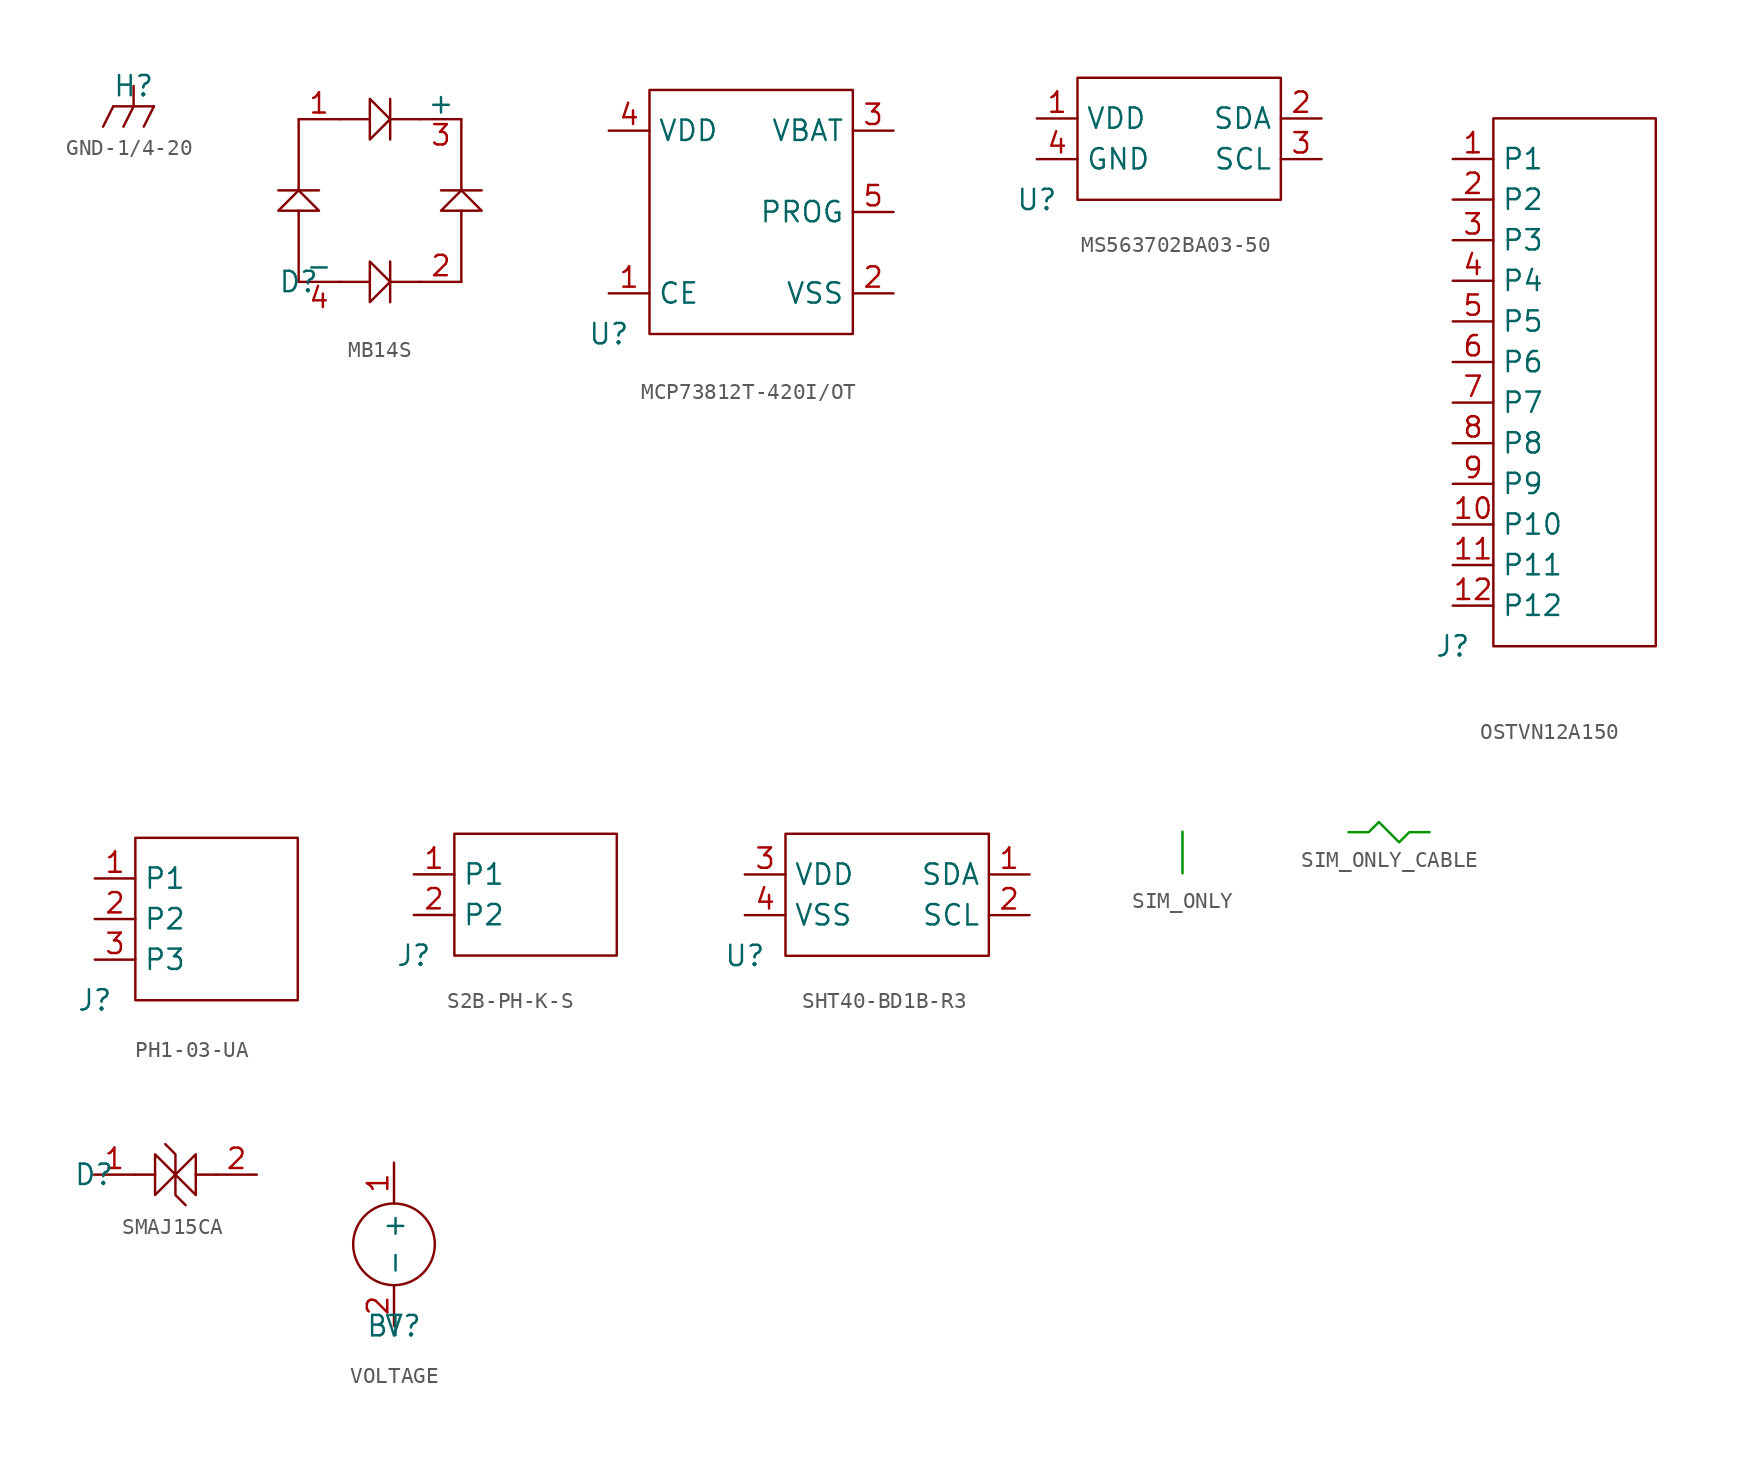
<source format=kicad_sym>
(kicad_symbol_lib
  (version 20220914)
  (generator kicad_symbol_editor)
  (symbol "GND-1/4-20"
    (pin_names
      (offset 0))
    (property "Reference" "H"
      (at 0 0 0)
      (effects (font (size 1.27 1.27))))
    (symbol "GND-1/4-20_0_1"
      (polyline (pts (xy -1.27 -1.27) (xy -1.905 -2.54)) (stroke (width 0) (type default)) (fill (type none)))
      (polyline (pts (xy -1.27 -1.27) (xy 1.27 -1.27)) (stroke (width 0) (type default)) (fill (type none)))
      (polyline (pts (xy 0 -1.27) (xy -0.635 -2.54)) (stroke (width 0) (type default)) (fill (type none)))
      (polyline (pts (xy 0 0) (xy 0 -1.27)) (stroke (width 0) (type default)) (fill (type none)))
      (polyline (pts (xy 1.27 -1.27) (xy 0.635 -2.54)) (stroke (width 0) (type default)) (fill (type none))))
    (symbol "GND-1/4-20_1_1"
      (pin passive line (at 0 0 270) (length 0) hide (name "" (effects (font (size 1.27 1.27)))) (number "1" (effects (font (size 1.27 1.27)))))))
  (symbol "MB14S"
    (pin_names
      (offset 0))
    (property "Reference" "D"
      (at 0 0 0)
      (effects (font (size 1.27 1.27))))
    (symbol "MB14S_0_1"
      (polyline (pts (xy 0 4.445) (xy 0 0)) (stroke (width 0) (type default)) (fill (type none)))
      (polyline (pts (xy 0 10.16) (xy 0 5.715)) (stroke (width 0) (type default)) (fill (type none)))
      (polyline (pts (xy 1.27 5.715) (xy -1.27 5.715)) (stroke (width 0) (type default)) (fill (type none)))
      (polyline (pts (xy 4.445 0) (xy 2.54 0)) (stroke (width 0) (type default)) (fill (type none)))
      (polyline (pts (xy 4.445 10.16) (xy 2.54 10.16)) (stroke (width 0) (type default)) (fill (type none)))
      (polyline (pts (xy 5.715 -1.27) (xy 5.715 1.27)) (stroke (width 0) (type default)) (fill (type none)))
      (polyline (pts (xy 5.715 8.89) (xy 5.715 11.43)) (stroke (width 0) (type default)) (fill (type none)))
      (polyline (pts (xy 7.62 0) (xy 5.715 0)) (stroke (width 0) (type default)) (fill (type none)))
      (polyline (pts (xy 7.62 10.16) (xy 5.715 10.16)) (stroke (width 0) (type default)) (fill (type none)))
      (polyline (pts (xy 10.16 4.445) (xy 10.16 0)) (stroke (width 0) (type default)) (fill (type none)))
      (polyline (pts (xy 10.16 10.16) (xy 10.16 5.715)) (stroke (width 0) (type default)) (fill (type none)))
      (polyline (pts (xy 11.43 5.715) (xy 8.89 5.715)) (stroke (width 0) (type default)) (fill (type none)))
      (polyline (pts (xy 0 5.715) (xy -1.27 4.445) (xy 1.27 4.445) (xy 0 5.715)) (stroke (width 0) (type default)) (fill (type none)))
      (polyline (pts (xy 5.715 0) (xy 4.445 1.27) (xy 4.445 -1.27) (xy 5.715 0)) (stroke (width 0) (type default)) (fill (type none)))
      (polyline (pts (xy 5.715 10.16) (xy 4.445 11.43) (xy 4.445 8.89) (xy 5.715 10.16)) (stroke (width 0) (type default)) (fill (type none)))
      (polyline (pts (xy 10.16 5.715) (xy 8.89 4.445) (xy 11.43 4.445) (xy 10.16 5.715)) (stroke (width 0) (type default)) (fill (type none))))
    (symbol "MB14S_1_1"
      (text "~" (at 1.27 11.176 0) (effects (font (size 1.27 1.27) (color 0 100 100 1))))
      (text "~" (at 8.89 1.016 0) (effects (font (size 1.27 1.27) (color 0 100 100 1))))
      (pin power_in line (at 0 10.16 0) (length 2.54) (name "~" (effects (font (size 1.27 1.27)))) (number "1" (effects (font (size 1.27 1.27)))))
      (pin power_in line (at 10.16 0 180) (length 2.54) (name "~" (effects (font (size 1.27 1.27)))) (number "2" (effects (font (size 1.27 1.27)))))
      (pin power_out line (at 10.16 10.16 180) (length 2.54) (name "+" (effects (font (size 1.27 1.27)))) (number "3" (effects (font (size 1.27 1.27)))))
      (pin passive line (at 0 0 0) (length 2.54) (name "-" (effects (font (size 1.27 1.27)))) (number "4" (effects (font (size 1.27 1.27)))))))
  (symbol "MCP73812T-420I/OT"
    (property "Reference" "U"
      (at 0 0 0)
      (effects (font (size 1.27 1.27))))
    (symbol "MCP73812T-420I/OT_0_1"
      (rectangle (start 2.54 15.24) (end 15.24 0) (stroke (width 0) (type default)) (fill (type none))))
    (symbol "MCP73812T-420I/OT_1_1"
      (pin input line (at 0 2.54 0) (length 2.54) (name "CE" (effects (font (size 1.27 1.27)))) (number "1" (effects (font (size 1.27 1.27)))))
      (pin passive line (at 17.78 2.54 180) (length 2.54) (name "VSS" (effects (font (size 1.27 1.27)))) (number "2" (effects (font (size 1.27 1.27)))))
      (pin power_out line (at 17.78 12.7 180) (length 2.54) (name "VBAT" (effects (font (size 1.27 1.27)))) (number "3" (effects (font (size 1.27 1.27)))))
      (pin power_in line (at 0 12.7 0) (length 2.54) (name "VDD" (effects (font (size 1.27 1.27)))) (number "4" (effects (font (size 1.27 1.27)))))
      (pin passive line (at 17.78 7.62 180) (length 2.54) (name "PROG" (effects (font (size 1.27 1.27)))) (number "5" (effects (font (size 1.27 1.27)))))))
  (symbol "MS563702BA03-50"
    (property "Reference" "U"
      (at 0 0 0)
      (effects (font (size 1.27 1.27))))
    (symbol "MS563702BA03-50_0_1"
      (rectangle (start 2.54 7.62) (end 15.24 0) (stroke (width 0) (type default)) (fill (type none))))
    (symbol "MS563702BA03-50_1_1"
      (pin power_in line (at 0 5.08 0) (length 2.54) (name "VDD" (effects (font (size 1.27 1.27)))) (number "1" (effects (font (size 1.27 1.27)))))
      (pin open_collector line (at 17.78 5.08 180) (length 2.54) (name "SDA" (effects (font (size 1.27 1.27)))) (number "2" (effects (font (size 1.27 1.27)))))
      (pin input line (at 17.78 2.54 180) (length 2.54) (name "SCL" (effects (font (size 1.27 1.27)))) (number "3" (effects (font (size 1.27 1.27)))))
      (pin passive line (at 0 2.54 0) (length 2.54) (name "GND" (effects (font (size 1.27 1.27)))) (number "4" (effects (font (size 1.27 1.27)))))))
  (symbol "OSTVN12A150"
    (property "Reference" "J"
      (at 0 0 0)
      (effects (font (size 1.27 1.27))))
    (symbol "OSTVN12A150_0_1"
      (rectangle (start 2.54 33.02) (end 12.7 0) (stroke (width 0) (type default)) (fill (type none))))
    (symbol "OSTVN12A150_1_1"
      (pin unspecified line (at 0 30.48 0) (length 2.54) (name "P1" (effects (font (size 1.27 1.27)))) (number "1" (effects (font (size 1.27 1.27)))) (alternate "1+" passive line))
      (pin unspecified line (at 0 7.62 0) (length 2.54) (name "P10" (effects (font (size 1.27 1.27)))) (number "10" (effects (font (size 1.27 1.27)))) (alternate "5-" passive line))
      (pin unspecified line (at 0 5.08 0) (length 2.54) (name "P11" (effects (font (size 1.27 1.27)))) (number "11" (effects (font (size 1.27 1.27)))) (alternate "6+" passive line))
      (pin unspecified line (at 0 2.54 0) (length 2.54) (name "P12" (effects (font (size 1.27 1.27)))) (number "12" (effects (font (size 1.27 1.27)))) (alternate "6-" passive line))
      (pin unspecified line (at 0 27.94 0) (length 2.54) (name "P2" (effects (font (size 1.27 1.27)))) (number "2" (effects (font (size 1.27 1.27)))) (alternate "1-" passive line))
      (pin unspecified line (at 0 25.4 0) (length 2.54) (name "P3" (effects (font (size 1.27 1.27)))) (number "3" (effects (font (size 1.27 1.27)))) (alternate "2+" passive line))
      (pin unspecified line (at 0 22.86 0) (length 2.54) (name "P4" (effects (font (size 1.27 1.27)))) (number "4" (effects (font (size 1.27 1.27)))) (alternate "2-" passive line))
      (pin unspecified line (at 0 20.32 0) (length 2.54) (name "P5" (effects (font (size 1.27 1.27)))) (number "5" (effects (font (size 1.27 1.27)))) (alternate "3+" passive line))
      (pin unspecified line (at 0 17.78 0) (length 2.54) (name "P6" (effects (font (size 1.27 1.27)))) (number "6" (effects (font (size 1.27 1.27)))) (alternate "3-" passive line))
      (pin unspecified line (at 0 15.24 0) (length 2.54) (name "P7" (effects (font (size 1.27 1.27)))) (number "7" (effects (font (size 1.27 1.27)))) (alternate "4+" passive line))
      (pin unspecified line (at 0 12.7 0) (length 2.54) (name "P8" (effects (font (size 1.27 1.27)))) (number "8" (effects (font (size 1.27 1.27)))) (alternate "4-" passive line))
      (pin unspecified line (at 0 10.16 0) (length 2.54) (name "P9" (effects (font (size 1.27 1.27)))) (number "9" (effects (font (size 1.27 1.27)))) (alternate "5+" passive line))))
  (symbol "PH1-03-UA"
    (property "Reference" "J"
      (at 0 0 0)
      (effects (font (size 1.27 1.27))))
    (symbol "PH1-03-UA_0_1"
      (rectangle (start 2.54 10.16) (end 12.7 0) (stroke (width 0) (type default)) (fill (type none))))
    (symbol "PH1-03-UA_1_1"
      (pin unspecified line (at 0 7.62 0) (length 2.54) (name "P1" (effects (font (size 1.27 1.27)))) (number "1" (effects (font (size 1.27 1.27)))) (alternate "S" input line))
      (pin unspecified line (at 0 5.08 0) (length 2.54) (name "P2" (effects (font (size 1.27 1.27)))) (number "2" (effects (font (size 1.27 1.27)))) (alternate "+" power_in line))
      (pin unspecified line (at 0 2.54 0) (length 2.54) (name "P3" (effects (font (size 1.27 1.27)))) (number "3" (effects (font (size 1.27 1.27)))) (alternate "-" passive line))))
  (symbol "S2B-PH-K-S"
    (property "Reference" "J"
      (at 0 0 0)
      (effects (font (size 1.27 1.27))))
    (symbol "S2B-PH-K-S_0_1"
      (rectangle (start 2.54 7.62) (end 12.7 0) (stroke (width 0) (type default)) (fill (type none))))
    (symbol "S2B-PH-K-S_1_1"
      (pin unspecified line (at 0 5.08 0) (length 2.54) (name "P1" (effects (font (size 1.27 1.27)))) (number "1" (effects (font (size 1.27 1.27)))) (alternate "+" power_out line))
      (pin unspecified line (at 0 2.54 0) (length 2.54) (name "P2" (effects (font (size 1.27 1.27)))) (number "2" (effects (font (size 1.27 1.27)))) (alternate "-" passive line))))
  (symbol "SHT40-BD1B-R3"
    (property "Reference" "U"
      (at 0 0 0)
      (effects (font (size 1.27 1.27))))
    (symbol "SHT40-BD1B-R3_0_1"
      (rectangle (start 2.54 7.62) (end 15.24 0) (stroke (width 0) (type default)) (fill (type none))))
    (symbol "SHT40-BD1B-R3_1_1"
      (pin open_collector line (at 17.78 5.08 180) (length 2.54) (name "SDA" (effects (font (size 1.27 1.27)))) (number "1" (effects (font (size 1.27 1.27)))))
      (pin input line (at 17.78 2.54 180) (length 2.54) (name "SCL" (effects (font (size 1.27 1.27)))) (number "2" (effects (font (size 1.27 1.27)))))
      (pin power_in line (at 0 5.08 0) (length 2.54) (name "VDD" (effects (font (size 1.27 1.27)))) (number "3" (effects (font (size 1.27 1.27)))))
      (pin passive line (at 0 2.54 0) (length 2.54) (name "VSS" (effects (font (size 1.27 1.27)))) (number "4" (effects (font (size 1.27 1.27)))))))
  (symbol "SIM_ONLY"
    (pin_numbers hide)
    (pin_names
      (offset 0) hide)
    (property "Reference" "JP"
      (at 0 0 0)
      (effects (font (size 1.27 1.27)) hide))
    (symbol "SIM_ONLY_1_1"
      (polyline (pts (xy 0 2.54) (xy 0 0)) (stroke (width 0) (type default) (color 0 150 0 1)) (fill (type none)))
      (pin passive line (at 0 2.54 270) (length 0) hide (name "1" (effects (font (size 1.27 1.27)))) (number "1" (effects (font (size 1.27 1.27)))))
      (pin passive line (at 0 0 90) (length 0) hide (name "2" (effects (font (size 1.27 1.27)))) (number "2" (effects (font (size 1.27 1.27)))))))
  (symbol "SIM_ONLY_CABLE"
    (pin_numbers hide)
    (pin_names
      (offset 0) hide)
    (property "Reference" "JP"
      (at 0 0 0)
      (effects (font (size 1.27 1.27)) hide))
    (symbol "SIM_ONLY_CABLE_1_1"
      (polyline (pts (xy 0 0) (xy 1.27 0) (xy 1.905 0.635) (xy 3.175 -0.635) (xy 3.81 0) (xy 5.08 0)) (stroke (width 0) (type default) (color 0 150 0 1)) (fill (type none)))
      (pin passive line (at 5.08 0 180) (length 0) hide (name "1" (effects (font (size 1.27 1.27)))) (number "1" (effects (font (size 1.27 1.27)))))
      (pin passive line (at 0 0 0) (length 0) hide (name "2" (effects (font (size 1.27 1.27)))) (number "2" (effects (font (size 1.27 1.27)))))))
  (symbol "SMAJ15CA"
    (pin_names
      (offset 0))
    (property "Reference" "D"
      (at 0 0 0)
      (effects (font (size 1.27 1.27))))
    (symbol "SMAJ15CA_0_1"
      (polyline (pts (xy 3.81 0) (xy 2.54 0)) (stroke (width 0) (type default)) (fill (type none)))
      (polyline (pts (xy 7.62 0) (xy 6.35 0)) (stroke (width 0) (type default)) (fill (type none)))
      (polyline (pts (xy 5.08 0) (xy 3.81 1.27) (xy 3.81 -1.27) (xy 5.08 0)) (stroke (width 0) (type default)) (fill (type none)))
      (polyline (pts (xy 5.08 0) (xy 6.35 -1.27) (xy 6.35 1.27) (xy 5.08 0)) (stroke (width 0) (type default)) (fill (type none)))
      (polyline (pts (xy 5.715 -1.905) (xy 5.08 -1.27) (xy 5.08 1.27) (xy 4.445 1.905)) (stroke (width 0) (type default)) (fill (type none))))
    (symbol "SMAJ15CA_1_1"
      (pin passive line (at 0 0 0) (length 2.54) (name "" (effects (font (size 1.27 1.27)))) (number "1" (effects (font (size 1.27 1.27)))))
      (pin passive line (at 10.16 0 180) (length 2.54) (name "" (effects (font (size 1.27 1.27)))) (number "2" (effects (font (size 1.27 1.27)))))))
  (symbol "VOLTAGE"
    (property "Reference" "BT"
      (at 0 0 0)
      (effects (font (size 1.27 1.27))))
    (property "Value" "V"
      (at 0 0 0)
      (effects (font (size 1.27 1.27))))
    (symbol "VOLTAGE_0_1"
      (circle (center 0 5.08) (radius 2.54) (stroke (width 0) (type default)) (fill (type none))))
    (symbol "VOLTAGE_1_1"
      (pin power_out line (at 0 10.16 270) (length 2.54) (name "+" (effects (font (size 1.27 1.27)))) (number "1" (effects (font (size 1.27 1.27)))))
      (pin passive line (at 0 0 90) (length 2.54) (name "-" (effects (font (size 1.27 1.27)))) (number "2" (effects (font (size 1.27 1.27))))))))
</source>
